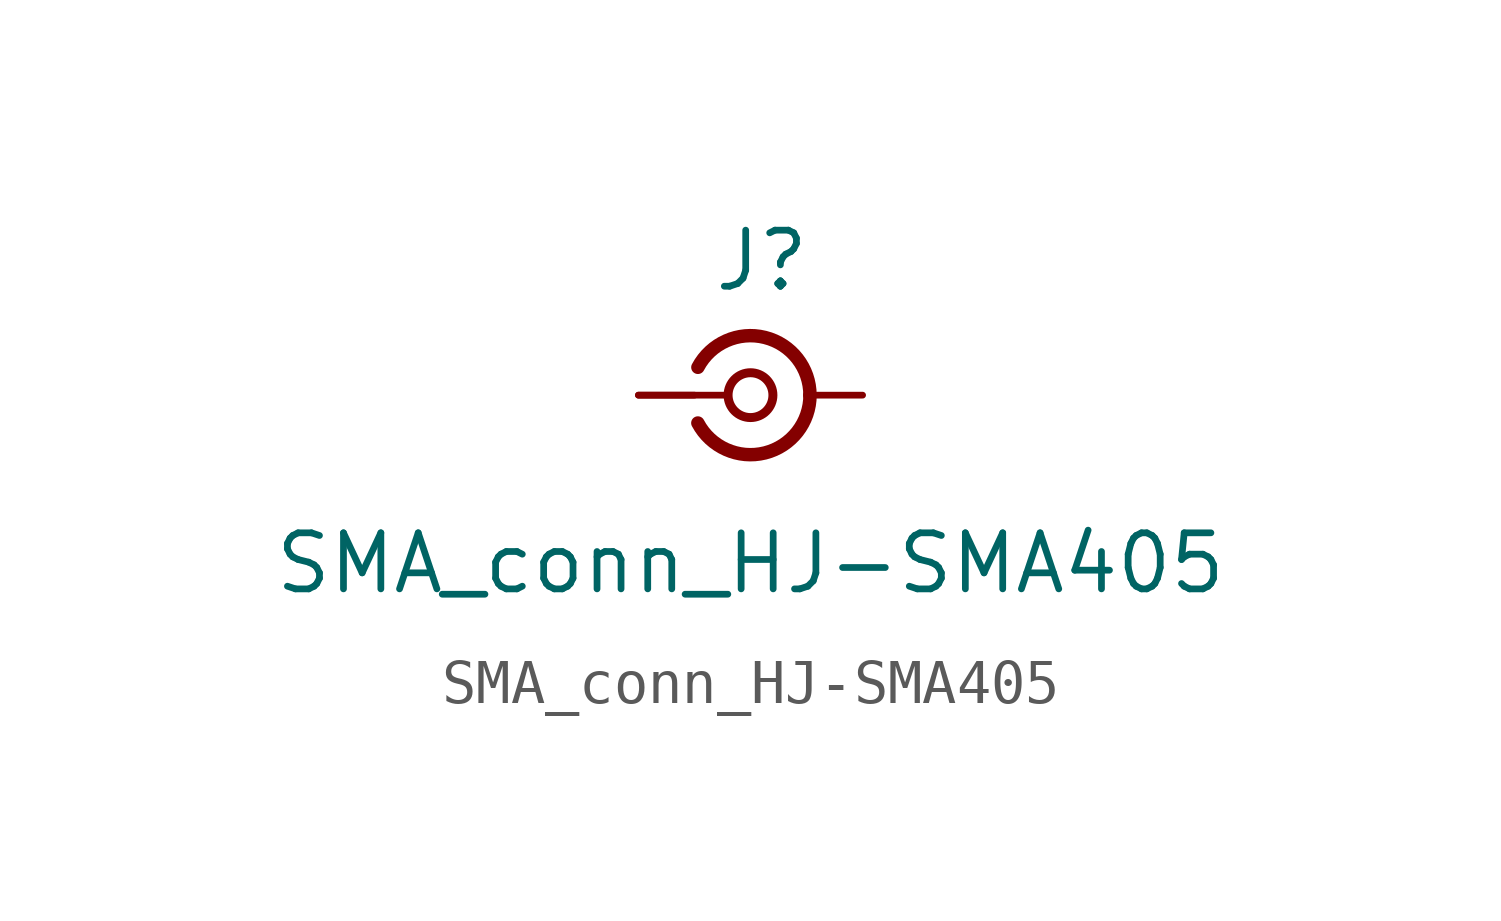
<source format=kicad_sym>
(kicad_symbol_lib
  (version 20241209)
  (generator "kicad_symbol_editor")
  (generator_version "9.0")
  (symbol "SMA_conn_HJ-SMA405"
    (pin_numbers
      (hide yes))
    (pin_names
      (offset 1.016)
      (hide yes))
    (property "Reference" "J"
      (at 0.254 3.048 0)
      (effects (font (size 1.27 1.27))))
    (property "Value" "SMA_conn_HJ-SMA405"
      (at 0 -3.81 0)
      (effects (font (size 1.27 1.27))))
    (symbol "SMA_conn_HJ-SMA405_0_1"
      (polyline (pts (xy -2.54 0) (xy -0.508 0)) (stroke (width 0) (type default)) (fill (type none)))
      (circle (center 0 0) (radius 0.508) (stroke (width 0.203) (type default)) (fill (type none))))
    (symbol "SMA_conn_HJ-SMA405_1_1"
      (arc (start 1.3484 0.0039) (mid 0.327 -1.308) (end -1.1916 -0.6311) (stroke (width 0.3048) (type default)) (fill (type none)))
      (arc (start -1.1916 0.6311) (mid 0.327 1.3081) (end 1.3484 -0.0039) (stroke (width 0.3048) (type default)) (fill (type none)))
      (pin passive line (at -2.54 0 0) (length 1.27) (name "In" (effects (font (size 1.27 1.27)))) (number "1" (effects (font (size 1.27 1.27)))))
      (pin passive line (at 2.54 0 180) (length 1.27) (name "Ext" (effects (font (size 1.27 1.27)))) (number "2" (effects (font (size 1.27 1.27))))))))
</source>
